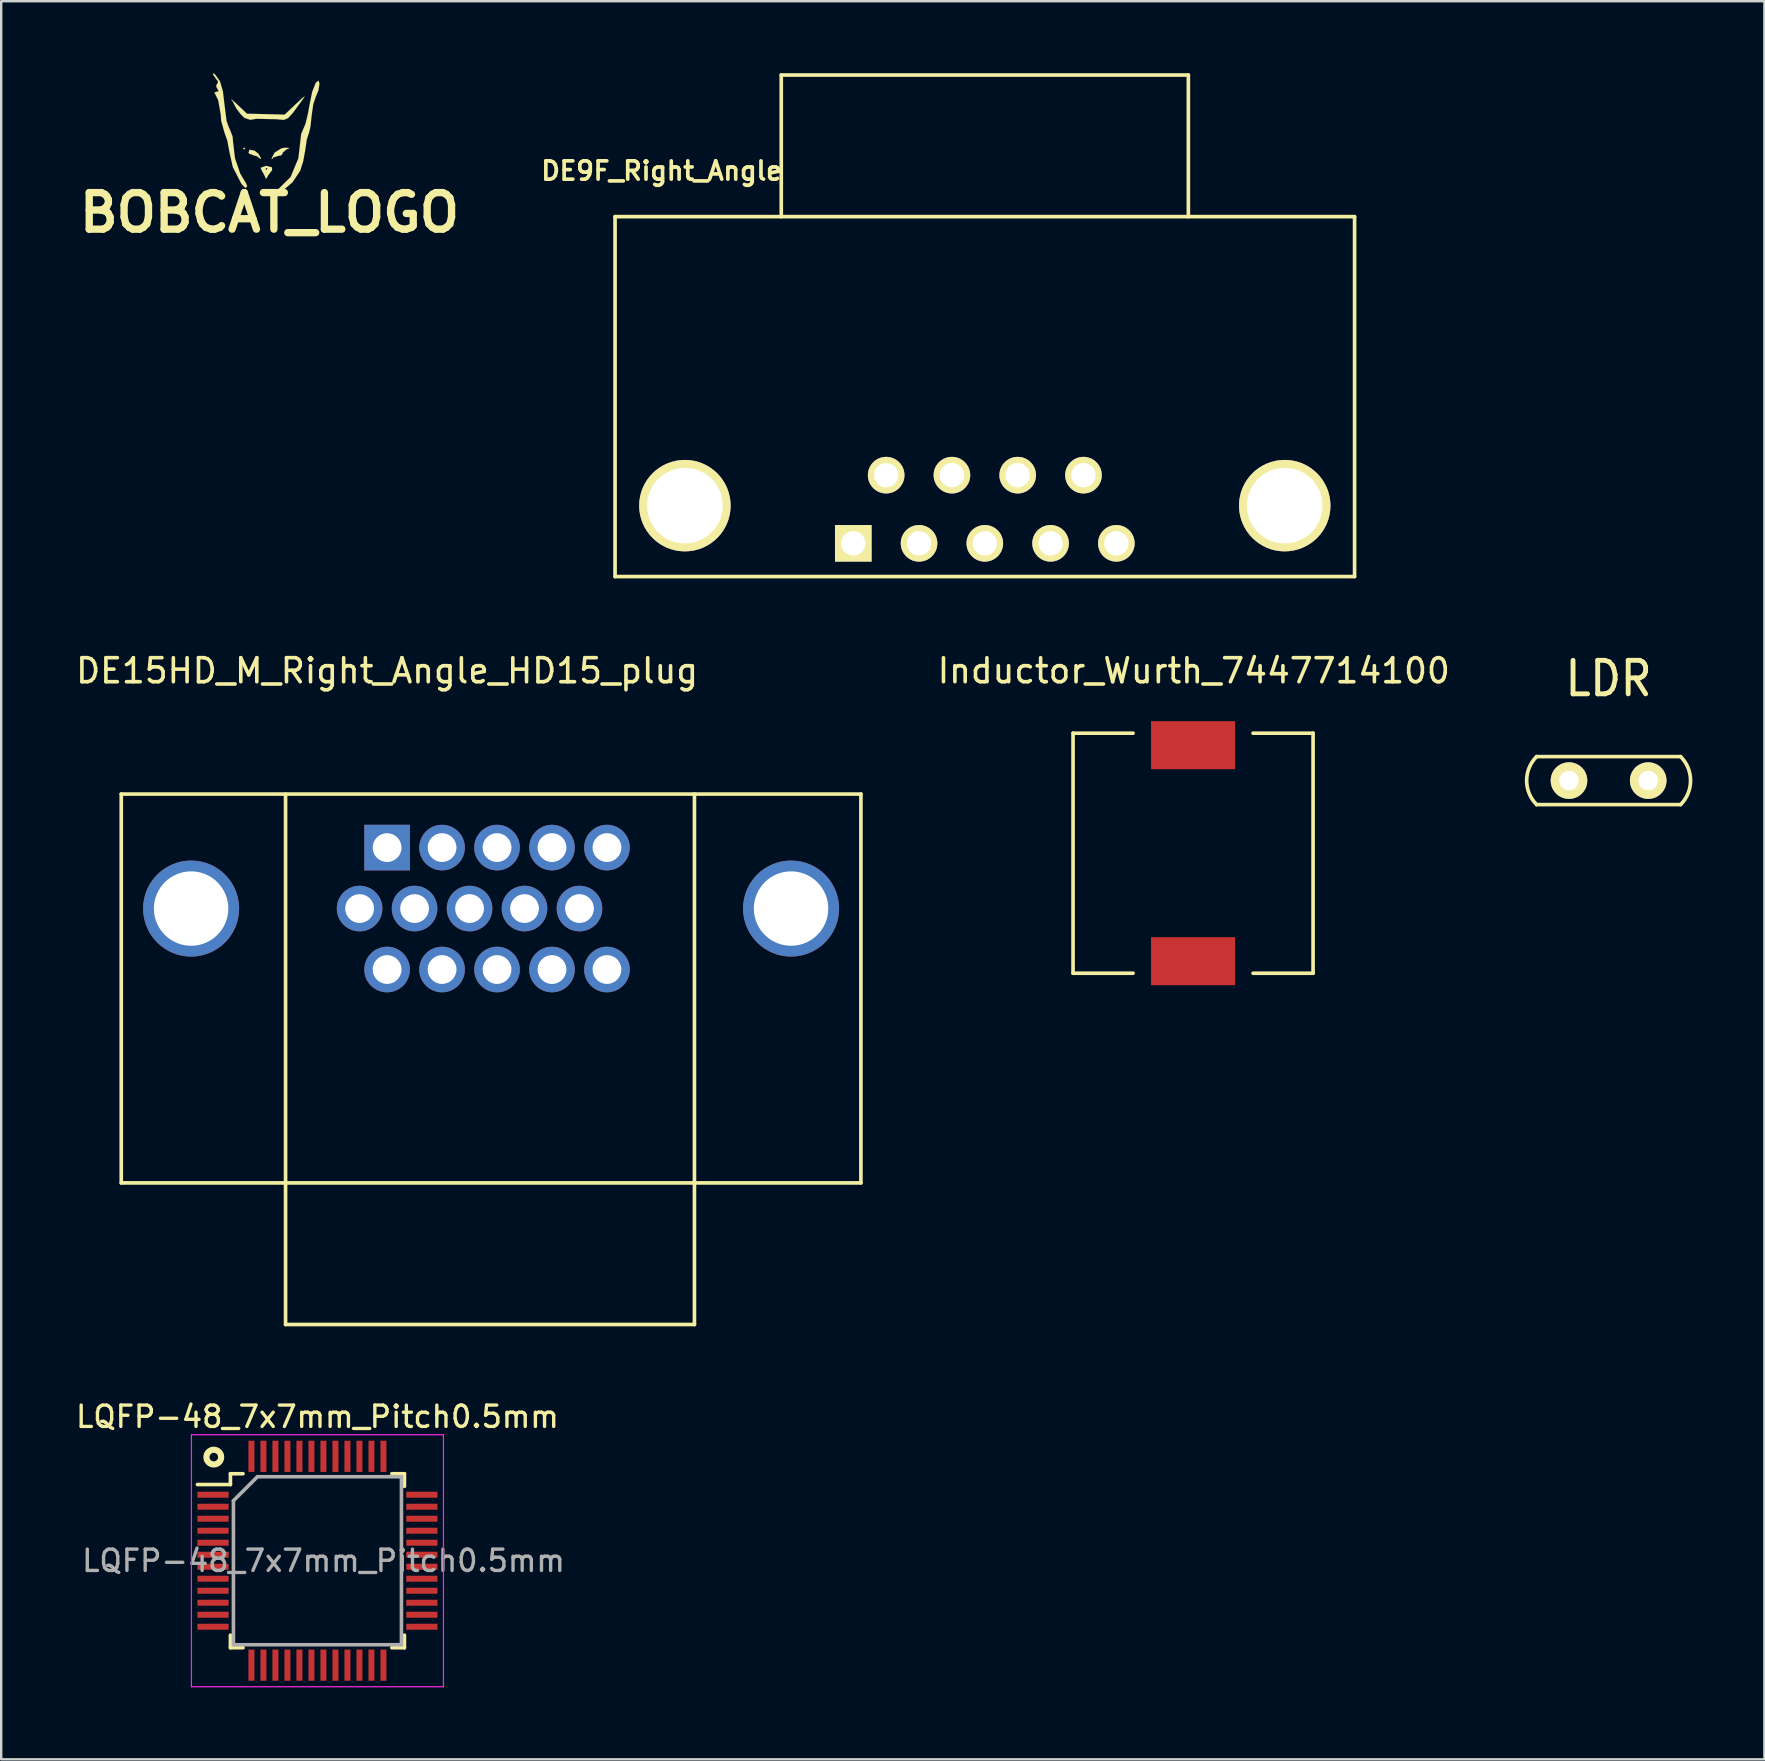
<source format=kicad_pcb>
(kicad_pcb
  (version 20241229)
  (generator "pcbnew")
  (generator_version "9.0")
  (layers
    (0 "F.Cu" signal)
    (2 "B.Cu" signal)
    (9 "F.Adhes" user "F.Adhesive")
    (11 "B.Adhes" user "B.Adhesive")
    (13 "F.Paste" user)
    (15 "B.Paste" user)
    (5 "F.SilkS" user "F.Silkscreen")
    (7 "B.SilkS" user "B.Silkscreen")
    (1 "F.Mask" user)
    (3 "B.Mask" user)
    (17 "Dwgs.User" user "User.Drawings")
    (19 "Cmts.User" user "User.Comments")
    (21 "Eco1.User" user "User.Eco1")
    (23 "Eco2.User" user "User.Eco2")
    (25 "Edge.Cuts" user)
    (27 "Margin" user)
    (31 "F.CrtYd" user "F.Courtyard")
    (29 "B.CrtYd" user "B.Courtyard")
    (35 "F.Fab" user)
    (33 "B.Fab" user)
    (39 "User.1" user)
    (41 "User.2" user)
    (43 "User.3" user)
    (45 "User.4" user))
  (footprint "DE15HD_M_Right_Angle_HD15_plug"
    (layer "F.Cu")
    (at 13.077 32.262)
    (property "Reference" "DE15HD_M_Right_Angle_HD15_plug" (at 0 -7.366 0) (layer "F.SilkS") (effects (font (size 1 1) (thickness 0.15))))
    (attr through_hole)
    (fp_line (start -11.075 -2.23) (end -11.075 13.97) (stroke (width 0.152) (type solid)) (layer "F.SilkS"))
    (fp_line (start -11.075 -2.23) (end 19.74 -2.23) (stroke (width 0.152) (type solid)) (layer "F.SilkS"))
    (fp_line (start -11.075 13.97) (end 19.74 13.97) (stroke (width 0.152) (type solid)) (layer "F.SilkS"))
    (fp_line (start -4.23 19.87) (end -4.23 -2.23) (stroke (width 0.152) (type solid)) (layer "F.SilkS"))
    (fp_line (start -4.23 19.87) (end 12.805 19.87) (stroke (width 0.152) (type solid)) (layer "F.SilkS"))
    (fp_line (start 12.805 19.87) (end 12.805 -2.23) (stroke (width 0.152) (type solid)) (layer "F.SilkS"))
    (fp_line (start 19.74 -2.23) (end 19.74 13.97) (stroke (width 0.152) (type solid)) (layer "F.SilkS"))
    (pad "0" thru_hole circle (at -8.165 2.54) (size 4 4) (drill 3.1) (layers "*.Cu" "*.Mask"))
    (pad "0" thru_hole circle (at 16.83 2.54) (size 4 4) (drill 3.1) (layers "*.Cu" "*.Mask"))
    (pad "1" thru_hole rect (at 0 0) (size 1.9 1.9) (drill 1.2) (layers "*.Cu" "*.Mask"))
    (pad "2" thru_hole circle (at 2.29 0) (size 1.9 1.9) (drill 1.2) (layers "*.Cu" "*.Mask"))
    (pad "3" thru_hole circle (at 4.58 0) (size 1.9 1.9) (drill 1.2) (layers "*.Cu" "*.Mask"))
    (pad "4" thru_hole circle (at 6.87 0) (size 1.9 1.9) (drill 1.2) (layers "*.Cu" "*.Mask"))
    (pad "5" thru_hole circle (at 9.16 0) (size 1.9 1.9) (drill 1.2) (layers "*.Cu" "*.Mask"))
    (pad "6" thru_hole circle (at -1.145 2.54) (size 1.9 1.9) (drill 1.2) (layers "*.Cu" "*.Mask"))
    (pad "7" thru_hole circle (at 1.145 2.54) (size 1.9 1.9) (drill 1.2) (layers "*.Cu" "*.Mask"))
    (pad "8" thru_hole circle (at 3.435 2.54) (size 1.9 1.9) (drill 1.2) (layers "*.Cu" "*.Mask"))
    (pad "9" thru_hole circle (at 5.725 2.54) (size 1.9 1.9) (drill 1.2) (layers "*.Cu" "*.Mask"))
    (pad "10" thru_hole circle (at 8.015 2.54) (size 1.9 1.9) (drill 1.2) (layers "*.Cu" "*.Mask"))
    (pad "11" thru_hole circle (at 0 5.08) (size 1.9 1.9) (drill 1.2) (layers "*.Cu" "*.Mask"))
    (pad "12" thru_hole circle (at 2.29 5.08) (size 1.9 1.9) (drill 1.2) (layers "*.Cu" "*.Mask"))
    (pad "13" thru_hole circle (at 4.58 5.08) (size 1.9 1.9) (drill 1.2) (layers "*.Cu" "*.Mask"))
    (pad "14" thru_hole circle (at 6.87 5.08) (size 1.9 1.9) (drill 1.2) (layers "*.Cu" "*.Mask"))
    (pad "15" thru_hole circle (at 9.16 5.08) (size 1.9 1.9) (drill 1.2) (layers "*.Cu" "*.Mask")))
  (footprint "BOBCAT_LOGO"
    (layer "F.Cu")
    (at 8.179 2.506)
    (property "Reference" "BOBCAT_LOGO" (at 0 3.302 0) (layer "F.SilkS") (effects (font (size 1.524 1.524) (thickness 0.305))))
    (attr through_hole)
    (fp_poly (pts (xy -1.057 0.676) (xy -1.016 0.632) (xy -1.057 0.592) (xy -1.1 0.632) (xy -1.057 0.676)) (stroke (width 0.003) (type solid)) (fill yes) (layer "F.SilkS"))
    (fp_poly (pts (xy -0.366 1.072) (xy -0.356 1.034) (xy -0.465 0.846) (xy -0.635 0.716) (xy -0.833 0.681) (xy -0.876 0.803) (xy -0.851 0.843) (xy -0.625 0.93) (xy -0.556 0.935) (xy -0.422 1.029) (xy -0.366 1.072)) (stroke (width 0.003) (type solid)) (fill yes) (layer "F.SilkS"))
    (fp_poly (pts (xy 0.094 1.077) (xy 0.14 1.036) (xy 0.165 1.001) (xy 0.391 0.93) (xy 0.47 0.925) (xy 0.549 0.846) (xy 0.544 0.808) (xy 0.691 0.681) (xy 0.693 0.681) (xy 0.831 0.612) (xy 0.655 0.597) (xy 0.5 0.622) (xy 0.213 0.8) (xy 0.089 1.036) (xy 0.094 1.077)) (stroke (width 0.003) (type solid)) (fill yes) (layer "F.SilkS"))
    (fp_poly (pts (xy -0.152 1.91) (xy -0.127 1.869) (xy -0.127 1.524) (xy -0.168 1.481) (xy -0.127 1.438) (xy -0.084 1.481) (xy -0.127 1.524) (xy -0.127 1.869) (xy -0.084 1.806) (xy -0.064 1.758) (xy 0.079 1.567) (xy 0.107 1.547) (xy 0.102 1.417) (xy -0.127 1.354) (xy -0.152 1.354) (xy -0.371 1.435) (xy -0.295 1.608) (xy -0.279 1.621) (xy -0.163 1.852) (xy -0.152 1.91)) (stroke (width 0.003) (type solid)) (fill yes) (layer "F.SilkS"))
    (fp_poly (pts (xy 0.605 -0.561) (xy 0.777 -0.638) (xy 0.983 -0.866) (xy 1.303 -1.306) (xy 1.372 -1.4) (xy 1.468 -1.547) (xy 1.387 -1.491) (xy 1.092 -1.217) (xy 0.632 -0.782) (xy -0.942 -0.82) (xy -1.336 -1.194) (xy -1.384 -1.24) (xy -1.58 -1.412) (xy -1.585 -1.389) (xy -1.529 -1.318) (xy -1.438 -1.146) (xy -1.392 -1.054) (xy -1.206 -0.803) (xy -1.049 -0.645) (xy -0.798 -0.564) (xy -0.536 -0.607) (xy 0.325 -0.587) (xy 0.381 -0.579) (xy 0.605 -0.561)) (stroke (width 0.003) (type solid)) (fill yes) (layer "F.SilkS"))
    (fp_poly (pts (xy 0.041 2.555) (xy 0.295 2.499) (xy 0.538 2.395) (xy 0.958 2.037) (xy 1.28 1.552) (xy 1.402 1.168) (xy 1.494 0.663) (xy 1.494 0.65) (xy 1.554 0.249) (xy 1.628 0.023) (xy 1.638 0.003) (xy 1.702 -0.262) (xy 1.75 -0.696) (xy 1.755 -0.744) (xy 1.821 -1.212) (xy 1.923 -1.516) (xy 2.035 -1.786) (xy 2.083 -2.07) (xy 2.04 -2.2) (xy 1.925 -2.106) (xy 1.775 -1.72) (xy 1.646 -1.079) (xy 1.61 -0.864) (xy 1.506 -0.422) (xy 1.407 -0.18) (xy 1.318 0.028) (xy 1.26 0.544) (xy 1.201 1.041) (xy 0.881 1.816) (xy 0.295 2.39) (xy 0.041 2.555)) (stroke (width 0.003) (type solid)) (fill yes) (layer "F.SilkS"))
    (fp_poly (pts (xy -1.006 2.276) (xy -0.93 2.205) (xy -0.97 2.098) (xy -1.135 1.821) (xy -1.224 1.669) (xy -1.44 1.039) (xy -1.524 0.318) (xy -1.539 0.13) (xy -1.661 -0.183) (xy -1.676 -0.201) (xy -1.791 -0.518) (xy -1.869 -1.138) (xy -1.943 -1.755) (xy -2.062 -2.164) (xy -2.256 -2.438) (xy -2.337 -2.504) (xy -2.355 -2.451) (xy -2.225 -2.266) (xy -2.141 -2.154) (xy -2.192 -2.037) (xy -2.217 -2.019) (xy -2.21 -1.91) (xy -2.195 -1.9) (xy -2.118 -1.758) (xy -2.238 -1.722) (xy -2.299 -1.709) (xy -2.197 -1.499) (xy -2.141 -1.392) (xy -2.032 -0.78) (xy -2.014 -0.521) (xy -1.872 -0.018) (xy -1.758 0.305) (xy -1.669 0.782) (xy -1.529 1.405) (xy -1.168 2.108) (xy -1.006 2.276)) (stroke (width 0.003) (type solid)) (fill yes) (layer "F.SilkS")))
  (footprint "LQFP-48_7x7mm_Pitch0.5mm"
    (layer "F.Cu")
    (at 10.175 61.973)
    (property "Reference" "LQFP-48_7x7mm_Pitch0.5mm" (at 0 -6 0) (layer "F.SilkS") (effects (font (size 0.889 0.889) (thickness 0.14))))
    (attr smd)
    (fp_line (start -3.625 -3.625) (end -3.625 -3.175) (stroke (width 0.15) (type solid)) (layer "F.SilkS"))
    (fp_line (start -3.625 -3.625) (end -3.1 -3.625) (stroke (width 0.15) (type solid)) (layer "F.SilkS"))
    (fp_line (start -3.625 -3.175) (end -5 -3.175) (stroke (width 0.15) (type solid)) (layer "F.SilkS"))
    (fp_line (start -3.625 3.625) (end -3.625 3.1) (stroke (width 0.15) (type solid)) (layer "F.SilkS"))
    (fp_line (start -3.625 3.625) (end -3.1 3.625) (stroke (width 0.15) (type solid)) (layer "F.SilkS"))
    (fp_line (start 3.625 -3.625) (end 3.1 -3.625) (stroke (width 0.15) (type solid)) (layer "F.SilkS"))
    (fp_line (start 3.625 -3.625) (end 3.625 -3.1) (stroke (width 0.15) (type solid)) (layer "F.SilkS"))
    (fp_line (start 3.625 3.625) (end 3.1 3.625) (stroke (width 0.15) (type solid)) (layer "F.SilkS"))
    (fp_line (start 3.625 3.625) (end 3.625 3.1) (stroke (width 0.15) (type solid)) (layer "F.SilkS"))
    (fp_circle (center -4.318 -4.318) (end -4.318 -4.064) (stroke (width 0.152) (type solid)) (fill no) (layer "F.SilkS"))
    (fp_circle (center -4.318 -4.318) (end -4.064 -4.064) (stroke (width 0.152) (type solid)) (fill no) (layer "F.SilkS"))
    (fp_line (start -5.25 -5.25) (end -5.25 5.25) (stroke (width 0.05) (type solid)) (layer "F.CrtYd"))
    (fp_line (start -5.25 -5.25) (end 5.25 -5.25) (stroke (width 0.05) (type solid)) (layer "F.CrtYd"))
    (fp_line (start -5.25 5.25) (end 5.25 5.25) (stroke (width 0.05) (type solid)) (layer "F.CrtYd"))
    (fp_line (start 5.25 -5.25) (end 5.25 5.25) (stroke (width 0.05) (type solid)) (layer "F.CrtYd"))
    (fp_line (start -3.5 -2.5) (end -2.5 -3.5) (stroke (width 0.15) (type solid)) (layer "F.Fab"))
    (fp_line (start -3.5 3.5) (end -3.5 -2.5) (stroke (width 0.15) (type solid)) (layer "F.Fab"))
    (fp_line (start -2.5 -3.5) (end 3.5 -3.5) (stroke (width 0.15) (type solid)) (layer "F.Fab"))
    (fp_line (start 3.5 -3.5) (end 3.5 3.5) (stroke (width 0.15) (type solid)) (layer "F.Fab"))
    (fp_line (start 3.5 3.5) (end -3.5 3.5) (stroke (width 0.15) (type solid)) (layer "F.Fab"))
    (fp_text user "${REFERENCE}" (at 0.254 0 0) (layer "F.Fab") (effects (font (size 0.889 0.889) (thickness 0.14))))
    (pad "1" smd rect (at -4.35 -2.75) (size 1.3 0.25) (layers "F.Cu" "F.Mask" "F.Paste"))
    (pad "2" smd rect (at -4.35 -2.25) (size 1.3 0.25) (layers "F.Cu" "F.Mask" "F.Paste"))
    (pad "3" smd rect (at -4.35 -1.75) (size 1.3 0.25) (layers "F.Cu" "F.Mask" "F.Paste"))
    (pad "4" smd rect (at -4.35 -1.25) (size 1.3 0.25) (layers "F.Cu" "F.Mask" "F.Paste"))
    (pad "5" smd rect (at -4.35 -0.75) (size 1.3 0.25) (layers "F.Cu" "F.Mask" "F.Paste"))
    (pad "6" smd rect (at -4.35 -0.25) (size 1.3 0.25) (layers "F.Cu" "F.Mask" "F.Paste"))
    (pad "7" smd rect (at -4.35 0.25) (size 1.3 0.25) (layers "F.Cu" "F.Mask" "F.Paste"))
    (pad "8" smd rect (at -4.35 0.75) (size 1.3 0.25) (layers "F.Cu" "F.Mask" "F.Paste"))
    (pad "9" smd rect (at -4.35 1.25) (size 1.3 0.25) (layers "F.Cu" "F.Mask" "F.Paste"))
    (pad "10" smd rect (at -4.35 1.75) (size 1.3 0.25) (layers "F.Cu" "F.Mask" "F.Paste"))
    (pad "11" smd rect (at -4.35 2.25) (size 1.3 0.25) (layers "F.Cu" "F.Mask" "F.Paste"))
    (pad "12" smd rect (at -4.35 2.75) (size 1.3 0.25) (layers "F.Cu" "F.Mask" "F.Paste"))
    (pad "13" smd rect (at -2.75 4.35 90) (size 1.3 0.25) (layers "F.Cu" "F.Mask" "F.Paste"))
    (pad "14" smd rect (at -2.25 4.35 90) (size 1.3 0.25) (layers "F.Cu" "F.Mask" "F.Paste"))
    (pad "15" smd rect (at -1.75 4.35 90) (size 1.3 0.25) (layers "F.Cu" "F.Mask" "F.Paste"))
    (pad "16" smd rect (at -1.25 4.35 90) (size 1.3 0.25) (layers "F.Cu" "F.Mask" "F.Paste"))
    (pad "17" smd rect (at -0.75 4.35 90) (size 1.3 0.25) (layers "F.Cu" "F.Mask" "F.Paste"))
    (pad "18" smd rect (at -0.25 4.35 90) (size 1.3 0.25) (layers "F.Cu" "F.Mask" "F.Paste"))
    (pad "19" smd rect (at 0.25 4.35 90) (size 1.3 0.25) (layers "F.Cu" "F.Mask" "F.Paste"))
    (pad "20" smd rect (at 0.75 4.35 90) (size 1.3 0.25) (layers "F.Cu" "F.Mask" "F.Paste"))
    (pad "21" smd rect (at 1.25 4.35 90) (size 1.3 0.25) (layers "F.Cu" "F.Mask" "F.Paste"))
    (pad "22" smd rect (at 1.75 4.35 90) (size 1.3 0.25) (layers "F.Cu" "F.Mask" "F.Paste"))
    (pad "23" smd rect (at 2.25 4.35 90) (size 1.3 0.25) (layers "F.Cu" "F.Mask" "F.Paste"))
    (pad "24" smd rect (at 2.75 4.35 90) (size 1.3 0.25) (layers "F.Cu" "F.Mask" "F.Paste"))
    (pad "25" smd rect (at 4.35 2.75) (size 1.3 0.25) (layers "F.Cu" "F.Mask" "F.Paste"))
    (pad "26" smd rect (at 4.35 2.25) (size 1.3 0.25) (layers "F.Cu" "F.Mask" "F.Paste"))
    (pad "27" smd rect (at 4.35 1.75) (size 1.3 0.25) (layers "F.Cu" "F.Mask" "F.Paste"))
    (pad "28" smd rect (at 4.35 1.25) (size 1.3 0.25) (layers "F.Cu" "F.Mask" "F.Paste"))
    (pad "29" smd rect (at 4.35 0.75) (size 1.3 0.25) (layers "F.Cu" "F.Mask" "F.Paste"))
    (pad "30" smd rect (at 4.35 0.25) (size 1.3 0.25) (layers "F.Cu" "F.Mask" "F.Paste"))
    (pad "31" smd rect (at 4.35 -0.25) (size 1.3 0.25) (layers "F.Cu" "F.Mask" "F.Paste"))
    (pad "32" smd rect (at 4.35 -0.75) (size 1.3 0.25) (layers "F.Cu" "F.Mask" "F.Paste"))
    (pad "33" smd rect (at 4.35 -1.25) (size 1.3 0.25) (layers "F.Cu" "F.Mask" "F.Paste"))
    (pad "34" smd rect (at 4.35 -1.75) (size 1.3 0.25) (layers "F.Cu" "F.Mask" "F.Paste"))
    (pad "35" smd rect (at 4.35 -2.25) (size 1.3 0.25) (layers "F.Cu" "F.Mask" "F.Paste"))
    (pad "36" smd rect (at 4.35 -2.75) (size 1.3 0.25) (layers "F.Cu" "F.Mask" "F.Paste"))
    (pad "37" smd rect (at 2.75 -4.35 90) (size 1.3 0.25) (layers "F.Cu" "F.Mask" "F.Paste"))
    (pad "38" smd rect (at 2.25 -4.35 90) (size 1.3 0.25) (layers "F.Cu" "F.Mask" "F.Paste"))
    (pad "39" smd rect (at 1.75 -4.35 90) (size 1.3 0.25) (layers "F.Cu" "F.Mask" "F.Paste"))
    (pad "40" smd rect (at 1.25 -4.35 90) (size 1.3 0.25) (layers "F.Cu" "F.Mask" "F.Paste"))
    (pad "41" smd rect (at 0.75 -4.35 90) (size 1.3 0.25) (layers "F.Cu" "F.Mask" "F.Paste"))
    (pad "42" smd rect (at 0.25 -4.35 90) (size 1.3 0.25) (layers "F.Cu" "F.Mask" "F.Paste"))
    (pad "43" smd rect (at -0.25 -4.35 90) (size 1.3 0.25) (layers "F.Cu" "F.Mask" "F.Paste"))
    (pad "44" smd rect (at -0.75 -4.35 90) (size 1.3 0.25) (layers "F.Cu" "F.Mask" "F.Paste"))
    (pad "45" smd rect (at -1.25 -4.35 90) (size 1.3 0.25) (layers "F.Cu" "F.Mask" "F.Paste"))
    (pad "46" smd rect (at -1.75 -4.35 90) (size 1.3 0.25) (layers "F.Cu" "F.Mask" "F.Paste"))
    (pad "47" smd rect (at -2.25 -4.35 90) (size 1.3 0.25) (layers "F.Cu" "F.Mask" "F.Paste"))
    (pad "48" smd rect (at -2.75 -4.35 90) (size 1.3 0.25) (layers "F.Cu" "F.Mask" "F.Paste")))
  (footprint "LDR"
    (layer "F.Cu")
    (at 63.967 29.471)
    (property "Reference" "LDR" (at 0 -4.25 0) (layer "F.SilkS") (effects (font (size 1.397 1.27) (thickness 0.203))))
    (attr through_hole)
    (fp_line (start -3 -1) (end 3 -1) (stroke (width 0.152) (type solid)) (layer "F.SilkS"))
    (fp_line (start 3 1) (end -3 1) (stroke (width 0.152) (type solid)) (layer "F.SilkS"))
    (fp_arc (start -3 1) (mid -3.414214 0) (end -3 -1) (stroke (width 0.1524) (type solid)) (layer "F.SilkS"))
    (fp_arc (start 3 -1) (mid 3.414214 0) (end 3 1) (stroke (width 0.1524) (type solid)) (layer "F.SilkS"))
    (pad "1" thru_hole circle (at -1.65 0) (size 1.524 1.524) (drill 0.813) (layers "*.Cu" "*.Mask" "F.SilkS"))
    (pad "2" thru_hole circle (at 1.65 0) (size 1.524 1.524) (drill 0.813) (layers "*.Cu" "*.Mask" "F.SilkS")))
  (footprint "Inductor_Wurth_7447714100"
    (layer "F.Cu")
    (at 46.655 32.496)
    (property "Reference" "Inductor_Wurth_7447714100" (at 0.03 -7.6 0) (layer "F.SilkS") (effects (font (size 1 1) (thickness 0.15))))
    (attr through_hole)
    (fp_line (start -5 -5) (end -5 5) (stroke (width 0.152) (type solid)) (layer "F.SilkS"))
    (fp_line (start -5 -5) (end -2.5 -5) (stroke (width 0.152) (type solid)) (layer "F.SilkS"))
    (fp_line (start -5 5) (end -2.5 5) (stroke (width 0.152) (type solid)) (layer "F.SilkS"))
    (fp_line (start 5 -5) (end 2.5 -5) (stroke (width 0.152) (type solid)) (layer "F.SilkS"))
    (fp_line (start 5 -5) (end 5 5) (stroke (width 0.152) (type solid)) (layer "F.SilkS"))
    (fp_line (start 5 5) (end 2.5 5) (stroke (width 0.152) (type solid)) (layer "F.SilkS"))
    (pad "1" smd rect (at 0 -4.5) (size 3.5 2) (layers "F.Cu" "F.Mask" "F.Paste"))
    (pad "2" smd rect (at 0 4.5) (size 3.5 2) (layers "F.Cu" "F.Mask" "F.Paste")))
  (footprint "DE9F_Right_Angle"
    (placed yes)
    (layer "F.Cu")
    (at 37.979 18.166)
    (property "Reference" "DE9F_Right_Angle" (at -13.462 -14.097 0) (layer "F.SilkS") (effects (font (size 0.762 0.762) (thickness 0.152))))
    (attr through_hole)
    (fp_line (start -15.405 -12.19) (end -15.405 2.805) (stroke (width 0.152) (type solid)) (layer "F.SilkS"))
    (fp_line (start -15.405 -12.19) (end 15.405 -12.19) (stroke (width 0.152) (type solid)) (layer "F.SilkS"))
    (fp_line (start -15.405 2.805) (end 15.405 2.805) (stroke (width 0.152) (type solid)) (layer "F.SilkS"))
    (fp_line (start -8.48 -18.09) (end -8.48 -12.19) (stroke (width 0.152) (type solid)) (layer "F.SilkS"))
    (fp_line (start -8.48 -18.09) (end 8.48 -18.09) (stroke (width 0.152) (type solid)) (layer "F.SilkS"))
    (fp_line (start 8.48 -18.09) (end 8.48 -12.19) (stroke (width 0.152) (type solid)) (layer "F.SilkS"))
    (fp_line (start 15.405 -12.19) (end 15.405 2.805) (stroke (width 0.152) (type solid)) (layer "F.SilkS"))
    (pad "" thru_hole circle (at -12.495 -0.15) (size 3.81 3.81) (drill 3.15) (layers "*.Cu" "*.Mask" "F.SilkS"))
    (pad "" thru_hole circle (at 12.495 -0.15) (size 3.81 3.81) (drill 3.15) (layers "*.Cu" "*.Mask" "F.SilkS"))
    (pad "1" thru_hole rect (at -5.48 1.42) (size 1.524 1.524) (drill 1.016) (layers "*.Cu" "*.Mask" "F.SilkS"))
    (pad "2" thru_hole circle (at -2.74 1.42) (size 1.524 1.524) (drill 1.016) (layers "*.Cu" "*.Mask" "F.SilkS"))
    (pad "3" thru_hole circle (at 0 1.42) (size 1.524 1.524) (drill 1.016) (layers "*.Cu" "*.Mask" "F.SilkS"))
    (pad "4" thru_hole circle (at 2.74 1.42) (size 1.524 1.524) (drill 1.016) (layers "*.Cu" "*.Mask" "F.SilkS"))
    (pad "5" thru_hole circle (at 5.48 1.42) (size 1.524 1.524) (drill 1.016) (layers "*.Cu" "*.Mask" "F.SilkS"))
    (pad "6" thru_hole circle (at -4.11 -1.42) (size 1.524 1.524) (drill 1.016) (layers "*.Cu" "*.Mask" "F.SilkS"))
    (pad "7" thru_hole circle (at -1.37 -1.42) (size 1.524 1.524) (drill 1.016) (layers "*.Cu" "*.Mask" "F.SilkS"))
    (pad "8" thru_hole circle (at 1.37 -1.42) (size 1.524 1.524) (drill 1.016) (layers "*.Cu" "*.Mask" "F.SilkS"))
    (pad "9" thru_hole circle (at 4.11 -1.42) (size 1.524 1.524) (drill 1.016) (layers "*.Cu" "*.Mask" "F.SilkS")))
  (gr_rect
    (start -3 -3)
    (end 70.458 70.248)
    (stroke (width 0.1) (type default))
    (fill no)
    (layer "Edge.Cuts")))
</source>
